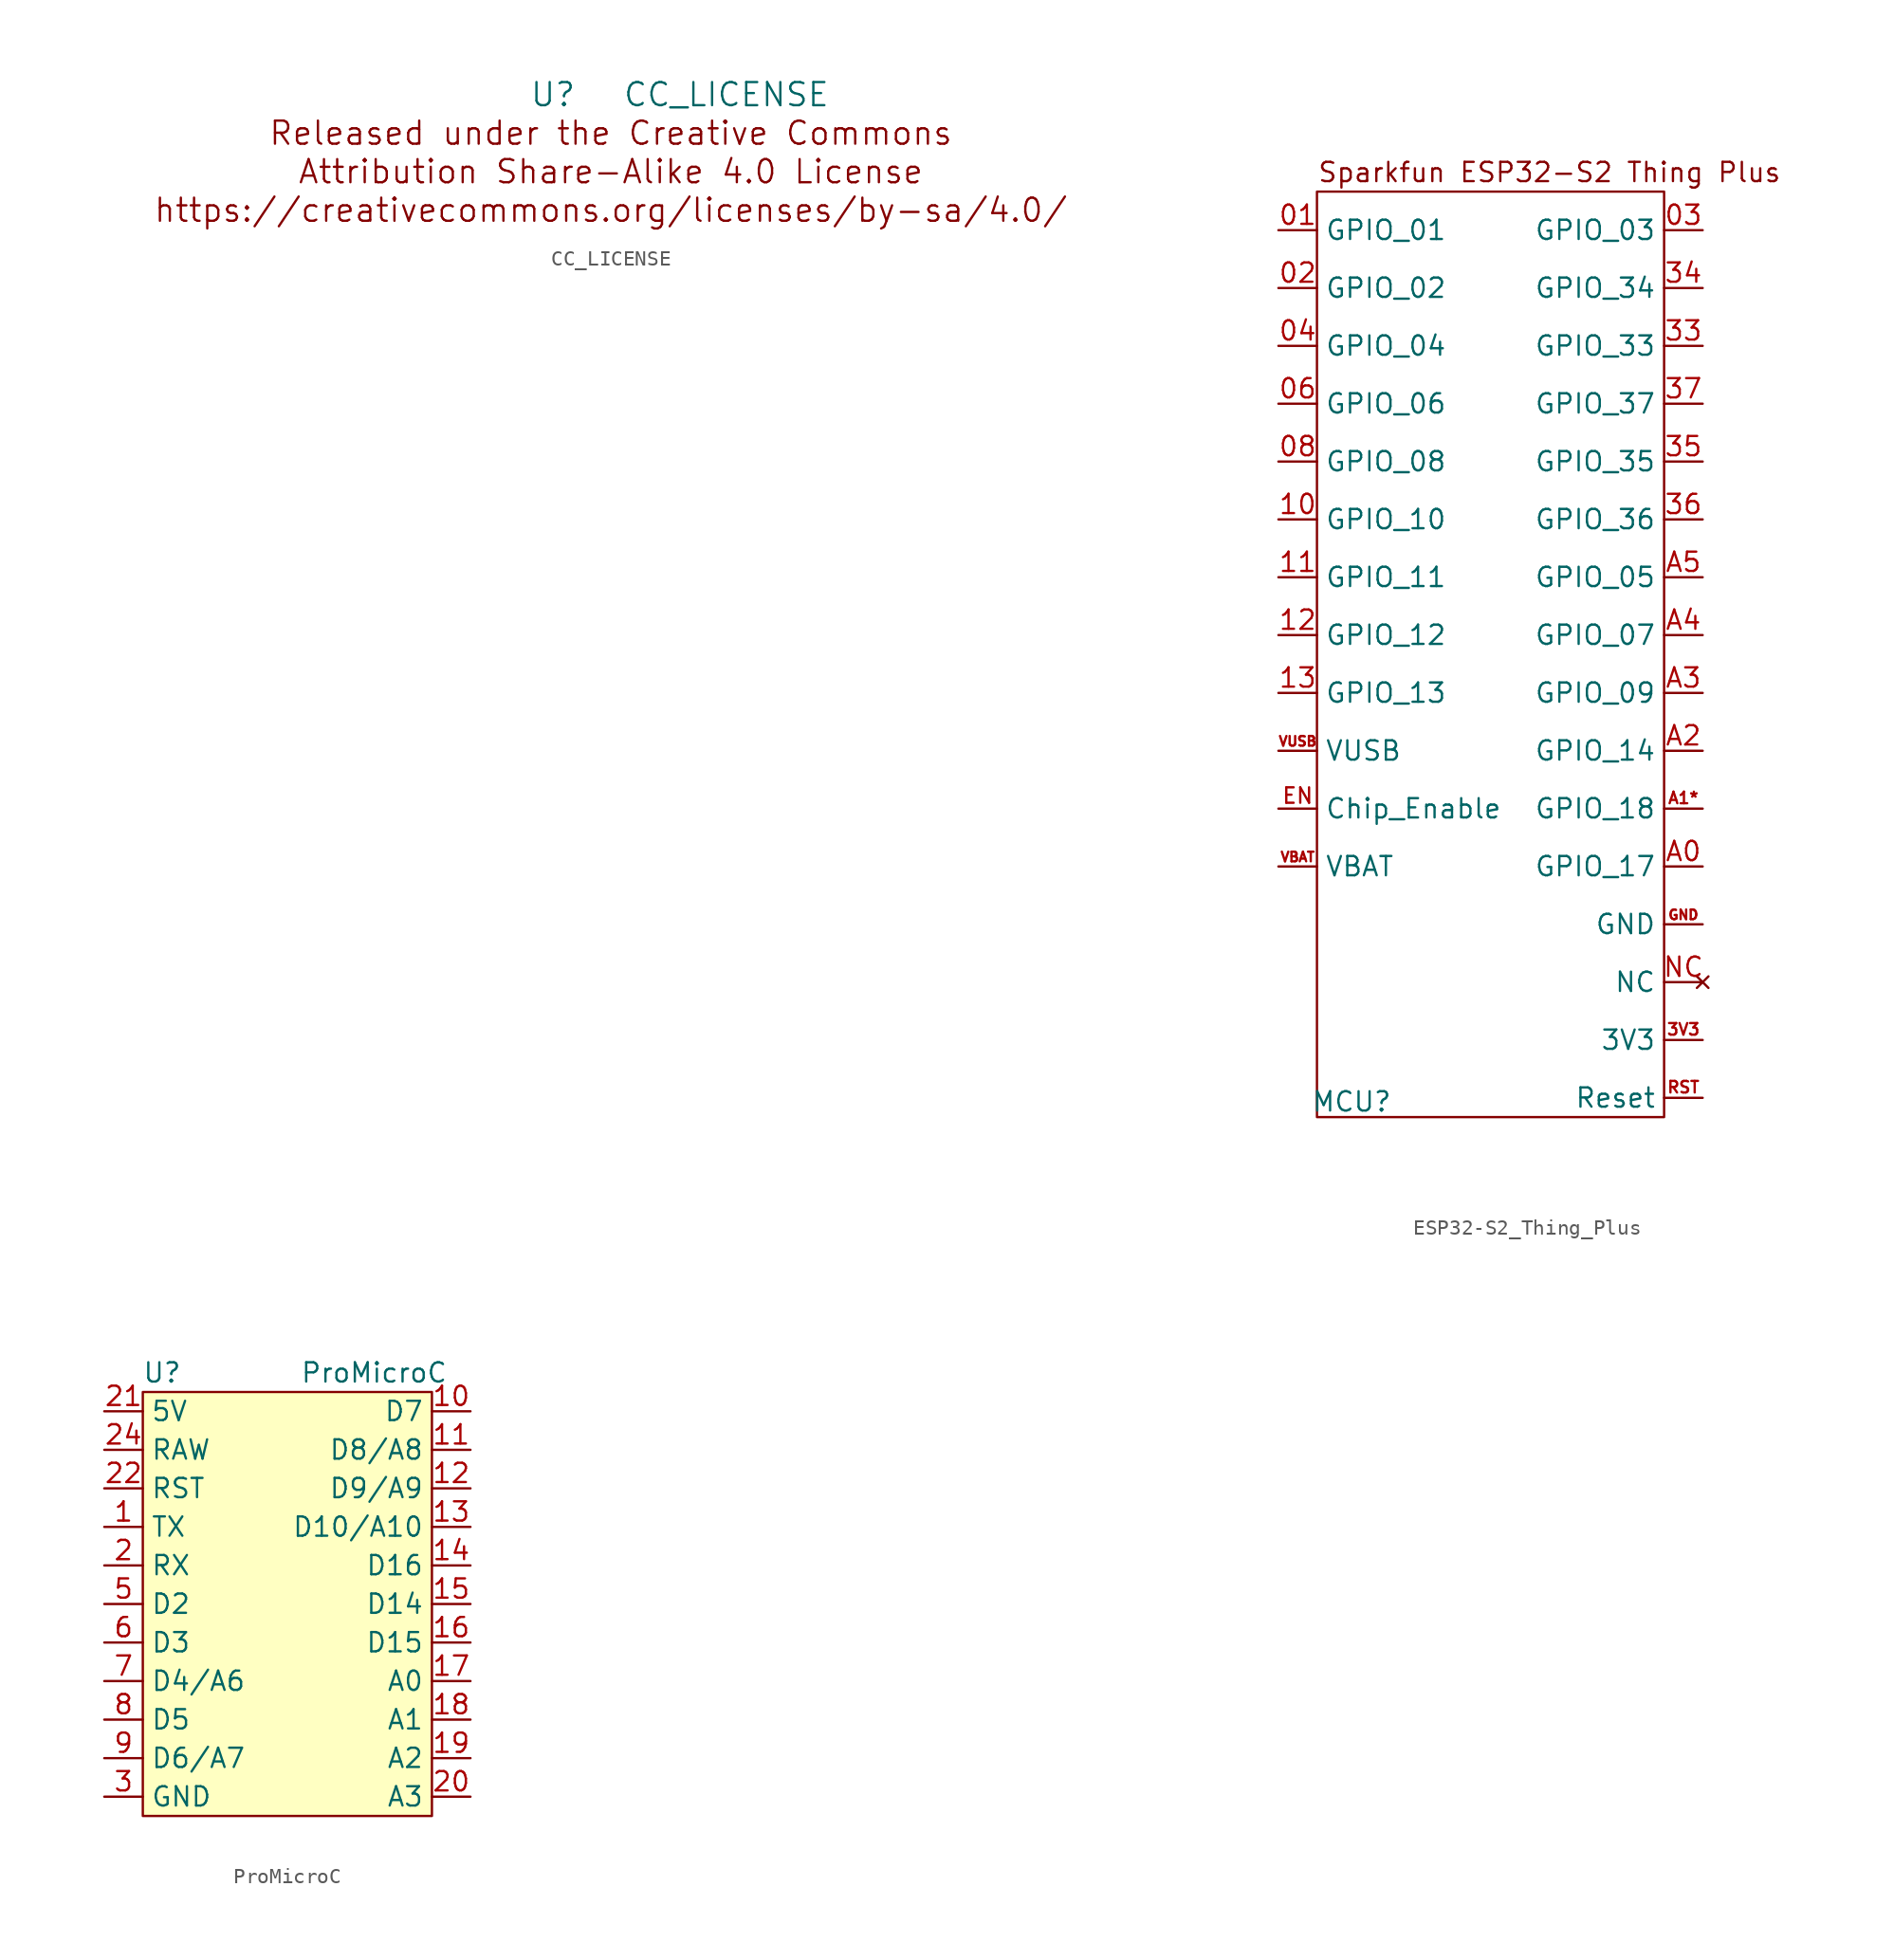
<source format=kicad_sym>
(kicad_symbol_lib
  (version 20231120)
  (generator "kicad_symbol_editor")
  (generator_version "8.0")
  (symbol "CC_LICENSE"
    (pin_names
      (offset 1.016))
    (property "Reference" "U"
      (at -3.81 3.81 0)
      (effects (font (size 1.524 1.524))))
    (property "Value" "CC_LICENSE"
      (at 7.62 3.81 0)
      (effects (font (size 1.524 1.524))))
    (symbol "CC_LICENSE_0_0"
      (text "Attribution Share-Alike 4.0 License" (at 0 -1.27 0) (effects (font (size 1.524 1.524))))
      (text "https://creativecommons.org/licenses/by-sa/4.0/" (at 0 -3.81 0) (effects (font (size 1.524 1.524))))
      (text "Released under the Creative Commons" (at 0 1.27 0) (effects (font (size 1.524 1.524))))))
  (symbol "ESP32-S2_Thing_Plus"
    (property "Reference" "MCU"
      (at 2.286 -49.784 0)
      (effects (font (size 1.27 1.27))))
    (property "Value" ""
      (at 0 0 0)
      (effects (font (size 1.27 1.27))))
    (symbol "ESP32-S2_Thing_Plus_0_1"
      (rectangle (start 0 10.16) (end 22.86 -50.8) (stroke (width 0) (type default)) (fill (type none))))
    (symbol "ESP32-S2_Thing_Plus_1_1"
      (text "Sparkfun ESP32-S2 Thing Plus" (at 0 11.43 0) (effects (font (size 1.27 1.27)) (justify left)))
      (pin bidirectional line (at -2.54 7.62 0) (length 2.54) (name "GPIO_01" (effects (font (size 1.27 1.27)))) (number "01" (effects (font (size 1.27 1.27)))) (alternate "ADC1_CH0" bidirectional line) (alternate "SDA" bidirectional line) (alternate "Touch 1" bidirectional line))
      (pin bidirectional line (at -2.54 3.81 0) (length 2.54) (name "GPIO_02" (effects (font (size 1.27 1.27)))) (number "02" (effects (font (size 1.27 1.27)))) (alternate "ADC1_CH1" bidirectional line) (alternate "SCL" bidirectional line) (alternate "Touch 2" bidirectional line))
      (pin bidirectional line (at 25.4 7.62 180) (length 2.54) (name "GPIO_03" (effects (font (size 1.27 1.27)))) (number "03" (effects (font (size 1.27 1.27)))) (alternate "ADC1_CH2" bidirectional line) (alternate "Touch 3" bidirectional line))
      (pin bidirectional line (at -2.54 0 0) (length 2.54) (name "GPIO_04" (effects (font (size 1.27 1.27)))) (number "04" (effects (font (size 1.27 1.27)))) (alternate "ADC1_CH3" bidirectional line) (alternate "Touch 4" bidirectional line))
      (pin bidirectional line (at -2.54 -3.81 0) (length 2.54) (name "GPIO_06" (effects (font (size 1.27 1.27)))) (number "06" (effects (font (size 1.27 1.27)))) (alternate "ADC1_CH5" bidirectional line) (alternate "Touch 6" bidirectional line))
      (pin bidirectional line (at -2.54 -7.62 0) (length 2.54) (name "GPIO_08" (effects (font (size 1.27 1.27)))) (number "08" (effects (font (size 1.27 1.27)))) (alternate "ADC1_CH7" bidirectional line) (alternate "Touch 8" bidirectional line))
      (pin bidirectional line (at -2.54 -11.43 0) (length 2.54) (name "GPIO_10" (effects (font (size 1.27 1.27)))) (number "10" (effects (font (size 1.27 1.27)))) (alternate "ADC1_CH9" bidirectional line) (alternate "FSPI_IO4" bidirectional line) (alternate "Touch 10" bidirectional line))
      (pin bidirectional line (at -2.54 -15.24 0) (length 2.54) (name "GPIO_11" (effects (font (size 1.27 1.27)))) (number "11" (effects (font (size 1.27 1.27)))) (alternate "ADC2_CH0" bidirectional line) (alternate "FSPI_IO5" bidirectional line) (alternate "Touch 11" bidirectional line))
      (pin bidirectional line (at -2.54 -19.05 0) (length 2.54) (name "GPIO_12" (effects (font (size 1.27 1.27)))) (number "12" (effects (font (size 1.27 1.27)))) (alternate "ADC2_CH1" bidirectional line) (alternate "FSPI_IO6" bidirectional line) (alternate "Touch 12" bidirectional line))
      (pin bidirectional line (at -2.54 -22.86 0) (length 2.54) (name "GPIO_13" (effects (font (size 1.27 1.27)))) (number "13" (effects (font (size 1.27 1.27)))) (alternate "ADC2_CH2" bidirectional line) (alternate "FSPI_IO7" bidirectional line) (alternate "LED (Blue)" bidirectional line) (alternate "Touch 13" bidirectional line))
      (pin bidirectional line (at 25.4 0 180) (length 2.54) (name "GPIO_33" (effects (font (size 1.27 1.27)))) (number "33" (effects (font (size 1.27 1.27)))) (alternate "RX1" bidirectional line) (alternate "SPI_IO4" bidirectional line))
      (pin bidirectional line (at 25.4 3.81 180) (length 2.54) (name "GPIO_34" (effects (font (size 1.27 1.27)))) (number "34" (effects (font (size 1.27 1.27)))) (alternate "SPI_IO5" bidirectional line) (alternate "TX1" bidirectional line))
      (pin bidirectional line (at 25.4 -7.62 180) (length 2.54) (name "GPIO_35" (effects (font (size 1.27 1.27)))) (number "35" (effects (font (size 1.27 1.27)))) (alternate "COPI" bidirectional line) (alternate "SPI_IO6" bidirectional line))
      (pin bidirectional line (at 25.4 -11.43 180) (length 2.54) (name "GPIO_36" (effects (font (size 1.27 1.27)))) (number "36" (effects (font (size 1.27 1.27)))) (alternate "SCK" bidirectional line) (alternate "SPI_IO7" bidirectional line))
      (pin bidirectional line (at 25.4 -3.81 180) (length 2.54) (name "GPIO_37" (effects (font (size 1.27 1.27)))) (number "37" (effects (font (size 1.27 1.27)))) (alternate "CIPO" bidirectional line) (alternate "SPI_DQS" bidirectional line))
      (pin power_in line (at 25.4 -45.72 180) (length 2.54) (name "3V3" (effects (font (size 1.27 1.27)))) (number "3V3" (effects (font (size 0.762 0.762)))))
      (pin bidirectional line (at 25.4 -34.29 180) (length 2.54) (name "GPIO_17" (effects (font (size 1.27 1.27)))) (number "A0" (effects (font (size 1.27 1.27)))) (alternate "ADC2_CH6" bidirectional line) (alternate "DAC_2" bidirectional line))
      (pin bidirectional line (at 25.4 -30.48 180) (length 2.54) (name "GPIO_18" (effects (font (size 1.27 1.27)))) (number "A1*" (effects (font (size 0.762 0.762)))) (alternate "ADC2_CH7" bidirectional line) (alternate "CLK_OUT3" output line) (alternate "DAC_1" bidirectional line))
      (pin bidirectional line (at 25.4 -26.67 180) (length 2.54) (name "GPIO_14" (effects (font (size 1.27 1.27)))) (number "A2" (effects (font (size 1.27 1.27)))) (alternate "ADC2_CH3" bidirectional line) (alternate "FSPI_DQS" bidirectional line) (alternate "Touch 14" bidirectional line))
      (pin bidirectional line (at 25.4 -22.86 180) (length 2.54) (name "GPIO_09" (effects (font (size 1.27 1.27)))) (number "A3" (effects (font (size 1.27 1.27)))) (alternate "ADC1_CH8" bidirectional line) (alternate "FSPI_HD" bidirectional line) (alternate "Touch 9" bidirectional line))
      (pin bidirectional line (at 25.4 -19.05 180) (length 2.54) (name "GPIO_07" (effects (font (size 1.27 1.27)))) (number "A4" (effects (font (size 1.27 1.27)))) (alternate "ADC1_CH6" bidirectional line) (alternate "Touch 7" bidirectional line))
      (pin bidirectional line (at 25.4 -15.24 180) (length 2.54) (name "GPIO_05" (effects (font (size 1.27 1.27)))) (number "A5" (effects (font (size 1.27 1.27)))) (alternate "ADC1_CH4" bidirectional line) (alternate "Touch 5" bidirectional line))
      (pin input line (at -2.54 -30.48 0) (length 2.54) (name "Chip_Enable" (effects (font (size 1.27 1.27)))) (number "EN" (effects (font (size 1.016 1.016)))))
      (pin passive line (at 25.4 -38.1 180) (length 2.54) (name "GND" (effects (font (size 1.27 1.27)))) (number "GND" (effects (font (size 0.635 0.635)))))
      (pin no_connect line (at 25.4 -41.91 180) (length 2.54) (name "NC" (effects (font (size 1.27 1.27)))) (number "NC" (effects (font (size 1.27 1.27)))))
      (pin input line (at 25.4 -49.53 180) (length 2.54) (name "Reset" (effects (font (size 1.27 1.27)))) (number "RST" (effects (font (size 0.762 0.762)))))
      (pin power_in line (at -2.54 -34.29 0) (length 2.54) (name "VBAT" (effects (font (size 1.27 1.27)))) (number "VBAT" (effects (font (size 0.635 0.635)))))
      (pin power_in line (at -2.54 -26.67 0) (length 2.54) (name "VUSB" (effects (font (size 1.27 1.27)))) (number "VUSB" (effects (font (size 0.635 0.635)))))))
  (symbol "ProMicroC"
    (property "Reference" "U"
      (at 1.27 0 0)
      (effects (font (size 1.27 1.27))))
    (property "Value" "ProMicroC"
      (at 15.24 0 0)
      (effects (font (size 1.27 1.27))))
    (symbol "ProMicroC_1_1"
      (rectangle (start 0 -1.27) (end 19.05 -29.21) (stroke (width 0) (type default)) (fill (type background)))
      (pin input line (at -2.54 -10.16 0) (length 2.54) (name "TX" (effects (font (size 1.27 1.27)))) (number "1" (effects (font (size 1.27 1.27)))))
      (pin input line (at 21.59 -2.54 180) (length 2.54) (name "D7" (effects (font (size 1.27 1.27)))) (number "10" (effects (font (size 1.27 1.27)))))
      (pin input line (at 21.59 -5.08 180) (length 2.54) (name "D8/A8" (effects (font (size 1.27 1.27)))) (number "11" (effects (font (size 1.27 1.27)))))
      (pin input line (at 21.59 -7.62 180) (length 2.54) (name "D9/A9" (effects (font (size 1.27 1.27)))) (number "12" (effects (font (size 1.27 1.27)))))
      (pin input line (at 21.59 -10.16 180) (length 2.54) (name "D10/A10" (effects (font (size 1.27 1.27)))) (number "13" (effects (font (size 1.27 1.27)))))
      (pin input line (at 21.59 -12.7 180) (length 2.54) (name "D16" (effects (font (size 1.27 1.27)))) (number "14" (effects (font (size 1.27 1.27)))))
      (pin input line (at 21.59 -15.24 180) (length 2.54) (name "D14" (effects (font (size 1.27 1.27)))) (number "15" (effects (font (size 1.27 1.27)))))
      (pin input line (at 21.59 -17.78 180) (length 2.54) (name "D15" (effects (font (size 1.27 1.27)))) (number "16" (effects (font (size 1.27 1.27)))))
      (pin input line (at 21.59 -20.32 180) (length 2.54) (name "A0" (effects (font (size 1.27 1.27)))) (number "17" (effects (font (size 1.27 1.27)))))
      (pin input line (at 21.59 -22.86 180) (length 2.54) (name "A1" (effects (font (size 1.27 1.27)))) (number "18" (effects (font (size 1.27 1.27)))))
      (pin input line (at 21.59 -25.4 180) (length 2.54) (name "A2" (effects (font (size 1.27 1.27)))) (number "19" (effects (font (size 1.27 1.27)))))
      (pin input line (at -2.54 -12.7 0) (length 2.54) (name "RX" (effects (font (size 1.27 1.27)))) (number "2" (effects (font (size 1.27 1.27)))))
      (pin input line (at 21.59 -27.94 180) (length 2.54) (name "A3" (effects (font (size 1.27 1.27)))) (number "20" (effects (font (size 1.27 1.27)))))
      (pin input line (at -2.54 -2.54 0) (length 2.54) (name "5V" (effects (font (size 1.27 1.27)))) (number "21" (effects (font (size 1.27 1.27)))))
      (pin input line (at -2.54 -7.62 0) (length 2.54) (name "RST" (effects (font (size 1.27 1.27)))) (number "22" (effects (font (size 1.27 1.27)))))
      (pin input line (at -2.54 -27.94 0) (length 2.54) hide (name "GND" (effects (font (size 1.27 1.27)))) (number "23" (effects (font (size 1.27 1.27)))))
      (pin input line (at -2.54 -5.08 0) (length 2.54) (name "RAW" (effects (font (size 1.27 1.27)))) (number "24" (effects (font (size 1.27 1.27)))))
      (pin input line (at -2.54 -27.94 0) (length 2.54) (name "GND" (effects (font (size 1.27 1.27)))) (number "3" (effects (font (size 1.27 1.27)))))
      (pin input line (at -2.54 -27.94 0) (length 2.54) hide (name "GND" (effects (font (size 1.27 1.27)))) (number "4" (effects (font (size 1.27 1.27)))))
      (pin input line (at -2.54 -15.24 0) (length 2.54) (name "D2" (effects (font (size 1.27 1.27)))) (number "5" (effects (font (size 1.27 1.27)))))
      (pin input line (at -2.54 -17.78 0) (length 2.54) (name "D3" (effects (font (size 1.27 1.27)))) (number "6" (effects (font (size 1.27 1.27)))))
      (pin input line (at -2.54 -20.32 0) (length 2.54) (name "D4/A6" (effects (font (size 1.27 1.27)))) (number "7" (effects (font (size 1.27 1.27)))))
      (pin input line (at -2.54 -22.86 0) (length 2.54) (name "D5" (effects (font (size 1.27 1.27)))) (number "8" (effects (font (size 1.27 1.27)))))
      (pin input line (at -2.54 -25.4 0) (length 2.54) (name "D6/A7" (effects (font (size 1.27 1.27)))) (number "9" (effects (font (size 1.27 1.27))))))))
</source>
